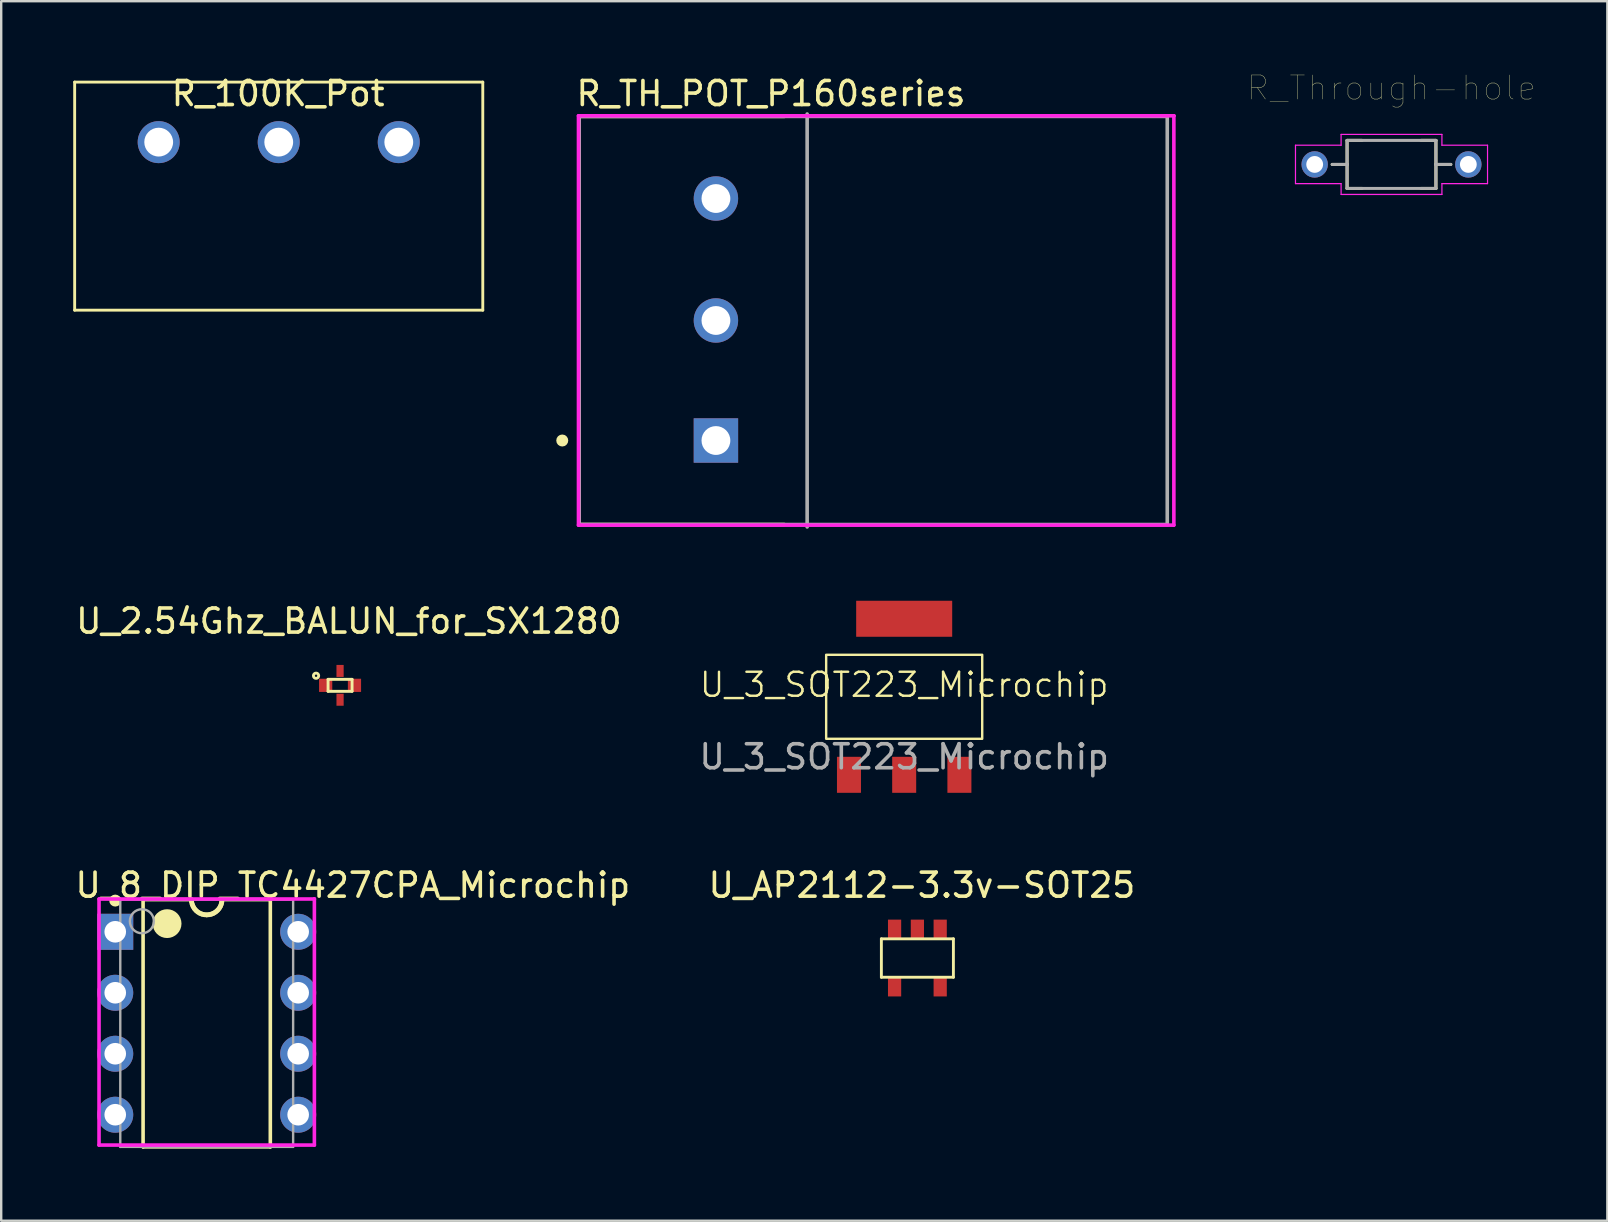
<source format=kicad_pcb>
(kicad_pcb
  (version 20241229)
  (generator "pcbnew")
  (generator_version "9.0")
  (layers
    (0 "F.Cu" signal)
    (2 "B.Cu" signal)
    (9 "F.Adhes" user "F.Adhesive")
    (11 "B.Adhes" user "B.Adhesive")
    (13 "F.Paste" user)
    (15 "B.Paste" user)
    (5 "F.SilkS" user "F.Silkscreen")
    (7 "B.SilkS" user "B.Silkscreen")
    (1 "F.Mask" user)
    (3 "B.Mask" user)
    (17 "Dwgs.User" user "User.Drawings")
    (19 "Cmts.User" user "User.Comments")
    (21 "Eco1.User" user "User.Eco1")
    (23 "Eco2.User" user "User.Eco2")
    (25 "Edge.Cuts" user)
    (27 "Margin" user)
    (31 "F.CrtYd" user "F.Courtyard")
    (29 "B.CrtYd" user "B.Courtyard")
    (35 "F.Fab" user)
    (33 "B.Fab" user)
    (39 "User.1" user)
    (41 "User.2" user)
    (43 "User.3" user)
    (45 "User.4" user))
  (footprint "U_3_SOT223_Microchip"
    (layer "F.Cu")
    (at 34.613 25.974)
    (property "Reference" "U_3_SOT223_Microchip" (at 0 -0.5 0) (unlocked yes) (layer "F.SilkS") (effects (font (size 1 1) (thickness 0.1))))
    (attr smd)
    (fp_rect (start -3.25 -1.75) (end 3.25 1.75) (stroke (width 0.1) (type default)) (fill no) (layer "F.SilkS"))
    (fp_text user "${REFERENCE}" (at 0 2.5 0) (unlocked yes) (layer "F.Fab") (effects (font (size 1 1) (thickness 0.15))))
    (pad "1" smd rect (at -2.3 3.25) (size 1 1.5) (layers "F.Cu" "F.Mask" "F.Paste"))
    (pad "2" smd rect (at 0 3.25) (size 1 1.5) (layers "F.Cu" "F.Mask" "F.Paste"))
    (pad "3" smd rect (at 2.3 3.25) (size 1 1.5) (layers "F.Cu" "F.Mask" "F.Paste"))
    (pad "4" smd rect (at 0 -3.25) (size 4 1.5) (layers "F.Cu" "F.Mask" "F.Paste")))
  (footprint "R_Through-hole"
    (layer "F.Cu")
    (at 54.912 3.799)
    (property "Reference" "R_Through-hole" (at 0 -3.186 0) (layer "F.SilkS") (effects (font (size 1.003 1.003) (thickness 0.015))))
    (attr through_hole)
    (fp_line (start -2.47 0) (end -1.85 0) (stroke (width 0.127) (type solid)) (layer "F.SilkS"))
    (fp_line (start -1.85 -1) (end -1.23 -1) (stroke (width 0.127) (type solid)) (layer "F.SilkS"))
    (fp_line (start -1.85 0) (end -1.85 -1) (stroke (width 0.127) (type solid)) (layer "F.SilkS"))
    (fp_line (start -1.85 0) (end -1.85 1) (stroke (width 0.127) (type solid)) (layer "F.SilkS"))
    (fp_line (start -1.85 1) (end -1.23 1) (stroke (width 0.127) (type solid)) (layer "F.SilkS"))
    (fp_line (start 1.85 -1) (end 1.23 -1) (stroke (width 0.127) (type solid)) (layer "F.SilkS"))
    (fp_line (start 1.85 0) (end 1.85 -1) (stroke (width 0.127) (type solid)) (layer "F.SilkS"))
    (fp_line (start 1.85 0) (end 1.85 1) (stroke (width 0.127) (type solid)) (layer "F.SilkS"))
    (fp_line (start 1.85 1) (end 1.23 1) (stroke (width 0.127) (type solid)) (layer "F.SilkS"))
    (fp_line (start 2.47 0) (end 1.85 0) (stroke (width 0.127) (type solid)) (layer "F.SilkS"))
    (fp_line (start -4 -0.8) (end -2.1 -0.8) (stroke (width 0.05) (type solid)) (layer "F.CrtYd"))
    (fp_line (start -4 0.8) (end -4 -0.8) (stroke (width 0.05) (type solid)) (layer "F.CrtYd"))
    (fp_line (start -2.1 -1.25) (end 2.1 -1.25) (stroke (width 0.05) (type solid)) (layer "F.CrtYd"))
    (fp_line (start -2.1 -0.8) (end -2.1 -1.25) (stroke (width 0.05) (type solid)) (layer "F.CrtYd"))
    (fp_line (start -2.1 0.8) (end -4 0.8) (stroke (width 0.05) (type solid)) (layer "F.CrtYd"))
    (fp_line (start -2.1 1.25) (end -2.1 0.8) (stroke (width 0.05) (type solid)) (layer "F.CrtYd"))
    (fp_line (start 2.1 -1.25) (end 2.1 -0.8) (stroke (width 0.05) (type solid)) (layer "F.CrtYd"))
    (fp_line (start 2.1 -0.8) (end 4 -0.8) (stroke (width 0.05) (type solid)) (layer "F.CrtYd"))
    (fp_line (start 2.1 0.8) (end 2.1 1.25) (stroke (width 0.05) (type solid)) (layer "F.CrtYd"))
    (fp_line (start 2.1 1.25) (end -2.1 1.25) (stroke (width 0.05) (type solid)) (layer "F.CrtYd"))
    (fp_line (start 4 -0.8) (end 4 0.8) (stroke (width 0.05) (type solid)) (layer "F.CrtYd"))
    (fp_line (start 4 0.8) (end 2.1 0.8) (stroke (width 0.05) (type solid)) (layer "F.CrtYd"))
    (fp_line (start -2.47 0) (end -1.85 0) (stroke (width 0.127) (type solid)) (layer "F.Fab"))
    (fp_line (start -1.85 -1) (end 1.85 -1) (stroke (width 0.127) (type solid)) (layer "F.Fab"))
    (fp_line (start -1.85 0) (end -1.85 -1) (stroke (width 0.127) (type solid)) (layer "F.Fab"))
    (fp_line (start -1.85 0) (end -1.85 1) (stroke (width 0.127) (type solid)) (layer "F.Fab"))
    (fp_line (start -1.85 1) (end 1.85 1) (stroke (width 0.127) (type solid)) (layer "F.Fab"))
    (fp_line (start 1.85 0) (end 1.85 -1) (stroke (width 0.127) (type solid)) (layer "F.Fab"))
    (fp_line (start 1.85 0) (end 1.85 1) (stroke (width 0.127) (type solid)) (layer "F.Fab"))
    (fp_line (start 2.47 0) (end 1.85 0) (stroke (width 0.127) (type solid)) (layer "F.Fab"))
    (pad "1" thru_hole circle (at -3.2 0) (size 1.1 1.1) (drill 0.7) (layers "*.Cu" "*.Mask"))
    (pad "2" thru_hole circle (at 3.2 0) (size 1.1 1.1) (drill 0.7) (layers "*.Cu" "*.Mask")))
  (footprint "U_AP2112-3.3v-SOT25"
    (layer "F.Cu")
    (at 35.163 36.856)
    (property "Reference" "U_AP2112-3.3v-SOT25" (at 0.188 -3.033 0) (layer "F.SilkS") (effects (font (size 1 1) (thickness 0.15))))
    (attr through_hole)
    (fp_line (start -1.5 0.8) (end -1.5 -0.8) (stroke (width 0.12) (type solid)) (layer "F.SilkS"))
    (fp_line (start -1.5 0.8) (end 1.5 0.8) (stroke (width 0.12) (type solid)) (layer "F.SilkS"))
    (fp_line (start 1.5 -0.8) (end -1.5 -0.8) (stroke (width 0.12) (type solid)) (layer "F.SilkS"))
    (fp_line (start 1.5 -0.8) (end 1.5 0.8) (stroke (width 0.12) (type solid)) (layer "F.SilkS"))
    (pad "1" smd rect (at 0.95 -1.2) (size 0.55 0.8) (layers "F.Cu" "F.Mask" "F.Paste"))
    (pad "2" smd rect (at 0 -1.2) (size 0.55 0.8) (layers "F.Cu" "F.Mask" "F.Paste"))
    (pad "3" smd rect (at -0.95 -1.2) (size 0.55 0.8) (layers "F.Cu" "F.Mask" "F.Paste"))
    (pad "4" smd rect (at -0.95 1.2) (size 0.55 0.8) (layers "F.Cu" "F.Mask" "F.Paste"))
    (pad "5" smd rect (at 0.95 1.2 180) (size 0.55 0.8) (layers "F.Cu" "F.Mask" "F.Paste")))
  (footprint "U_8_DIP_TC4427CPA_Microchip"
    (layer "F.Cu")
    (at 5.56 39.573)
    (property "Reference" "U_8_DIP_TC4427CPA_Microchip" (at -5.56 -5.75 0) (layer "F.SilkS") (effects (font (size 1 1) (thickness 0.15)) (justify left)))
    (attr through_hole)
    (fp_line (start -2.65 -5.15) (end -0.635 -5.15) (stroke (width 0.15) (type solid)) (layer "F.SilkS"))
    (fp_line (start -2.65 5.15) (end -2.65 -5.15) (stroke (width 0.15) (type solid)) (layer "F.SilkS"))
    (fp_line (start -2.65 5.15) (end 2.65 5.15) (stroke (width 0.15) (type solid)) (layer "F.SilkS"))
    (fp_line (start -0.635 -5.15) (end -0.627 -5.051) (stroke (width 0.2) (type solid)) (layer "F.SilkS"))
    (fp_line (start -0.627 -5.051) (end -0.604 -4.954) (stroke (width 0.2) (type solid)) (layer "F.SilkS"))
    (fp_line (start -0.604 -4.954) (end -0.566 -4.862) (stroke (width 0.2) (type solid)) (layer "F.SilkS"))
    (fp_line (start -0.566 -4.862) (end -0.514 -4.777) (stroke (width 0.2) (type solid)) (layer "F.SilkS"))
    (fp_line (start -0.514 -4.777) (end -0.449 -4.701) (stroke (width 0.2) (type solid)) (layer "F.SilkS"))
    (fp_line (start -0.449 -4.701) (end -0.373 -4.636) (stroke (width 0.2) (type solid)) (layer "F.SilkS"))
    (fp_line (start -0.373 -4.636) (end -0.288 -4.584) (stroke (width 0.2) (type solid)) (layer "F.SilkS"))
    (fp_line (start -0.288 -4.584) (end -0.196 -4.546) (stroke (width 0.2) (type solid)) (layer "F.SilkS"))
    (fp_line (start -0.196 -4.546) (end -0.099 -4.523) (stroke (width 0.2) (type solid)) (layer "F.SilkS"))
    (fp_line (start -0.099 -4.523) (end 0 -4.515) (stroke (width 0.2) (type solid)) (layer "F.SilkS"))
    (fp_line (start 0 -4.515) (end 0.099 -4.523) (stroke (width 0.2) (type solid)) (layer "F.SilkS"))
    (fp_line (start 0.099 -4.523) (end 0.196 -4.546) (stroke (width 0.2) (type solid)) (layer "F.SilkS"))
    (fp_line (start 0.196 -4.546) (end 0.288 -4.584) (stroke (width 0.2) (type solid)) (layer "F.SilkS"))
    (fp_line (start 0.288 -4.584) (end 0.373 -4.636) (stroke (width 0.2) (type solid)) (layer "F.SilkS"))
    (fp_line (start 0.373 -4.636) (end 0.449 -4.701) (stroke (width 0.2) (type solid)) (layer "F.SilkS"))
    (fp_line (start 0.449 -4.701) (end 0.514 -4.777) (stroke (width 0.2) (type solid)) (layer "F.SilkS"))
    (fp_line (start 0.514 -4.777) (end 0.566 -4.862) (stroke (width 0.2) (type solid)) (layer "F.SilkS"))
    (fp_line (start 0.566 -4.862) (end 0.604 -4.954) (stroke (width 0.2) (type solid)) (layer "F.SilkS"))
    (fp_line (start 0.604 -4.954) (end 0.627 -5.051) (stroke (width 0.2) (type solid)) (layer "F.SilkS"))
    (fp_line (start 0.627 -5.051) (end 0.635 -5.15) (stroke (width 0.2) (type solid)) (layer "F.SilkS"))
    (fp_line (start 0.635 -5.15) (end 2.65 -5.15) (stroke (width 0.15) (type solid)) (layer "F.SilkS"))
    (fp_line (start 2.65 5.15) (end 2.65 -5.15) (stroke (width 0.15) (type solid)) (layer "F.SilkS"))
    (fp_circle (center -3.81 -5.11) (end -3.685 -5.11) (stroke (width 0.25) (type solid)) (fill no) (layer "F.SilkS"))
    (fp_circle (center -1.65 -4.15) (end -1.35 -4.15) (stroke (width 0.6) (type solid)) (fill no) (layer "F.SilkS"))
    (fp_line (start -4.485 -5.175) (end -4.485 5.075) (stroke (width 0.15) (type solid)) (layer "F.CrtYd"))
    (fp_line (start -4.485 5.075) (end 4.485 5.075) (stroke (width 0.15) (type solid)) (layer "F.CrtYd"))
    (fp_line (start 4.485 -5.175) (end -4.485 -5.175) (stroke (width 0.15) (type solid)) (layer "F.CrtYd"))
    (fp_line (start 4.485 -5.175) (end 4.485 -5.175) (stroke (width 0.15) (type solid)) (layer "F.CrtYd"))
    (fp_line (start 4.485 5.075) (end 4.485 -5.175) (stroke (width 0.15) (type solid)) (layer "F.CrtYd"))
    (fp_line (start -3.6 -5.15) (end 3.6 -5.15) (stroke (width 0.1) (type solid)) (layer "F.Fab"))
    (fp_line (start -3.6 5.15) (end -3.6 -5.15) (stroke (width 0.1) (type solid)) (layer "F.Fab"))
    (fp_line (start -3.6 5.15) (end 3.6 5.15) (stroke (width 0.1) (type solid)) (layer "F.Fab"))
    (fp_line (start 3.6 5.15) (end 3.6 -5.15) (stroke (width 0.1) (type solid)) (layer "F.Fab"))
    (fp_circle (center -2.7 -4.25) (end -2.2 -4.25) (stroke (width 0.1) (type solid)) (fill no) (layer "F.Fab"))
    (pad "1" thru_hole rect (at -3.81 -3.81) (size 1.5 1.5) (drill 0.9) (layers "*.Cu" "*.Mask"))
    (pad "2" thru_hole circle (at -3.81 -1.27) (size 1.5 1.5) (drill 0.9) (layers "*.Cu" "*.Mask"))
    (pad "3" thru_hole circle (at -3.81 1.27) (size 1.5 1.5) (drill 0.9) (layers "*.Cu" "*.Mask"))
    (pad "4" thru_hole circle (at -3.81 3.81) (size 1.5 1.5) (drill 0.9) (layers "*.Cu" "*.Mask"))
    (pad "5" thru_hole circle (at 3.81 3.81) (size 1.5 1.5) (drill 0.9) (layers "*.Cu" "*.Mask"))
    (pad "6" thru_hole circle (at 3.81 1.27) (size 1.5 1.5) (drill 0.9) (layers "*.Cu" "*.Mask"))
    (pad "7" thru_hole circle (at 3.81 -1.27) (size 1.5 1.5) (drill 0.9) (layers "*.Cu" "*.Mask"))
    (pad "8" thru_hole circle (at 3.81 -3.81) (size 1.5 1.5) (drill 0.9) (layers "*.Cu" "*.Mask")))
  (footprint "R_100K_Pot"
    (layer "F.Cu")
    (at 8.56 2.87)
    (property "Reference" "R_100K_Pot" (at -0.025 -2.022 0) (layer "F.SilkS") (effects (font (size 1 1) (thickness 0.15))))
    (attr through_hole)
    (fp_line (start -8.5 -2.5) (end -8.5 7) (stroke (width 0.12) (type solid)) (layer "F.SilkS"))
    (fp_line (start -8.5 -2.5) (end 8.5 -2.5) (stroke (width 0.12) (type solid)) (layer "F.SilkS"))
    (fp_line (start 8.5 -2.5) (end 8.5 7) (stroke (width 0.12) (type solid)) (layer "F.SilkS"))
    (fp_line (start 8.5 7) (end -8.5 7) (stroke (width 0.12) (type solid)) (layer "F.SilkS"))
    (pad "1" thru_hole circle (at -5 0) (size 1.75 1.75) (drill 1.2) (layers "*.Cu" "*.Mask"))
    (pad "2" thru_hole circle (at 0 0) (size 1.75 1.75) (drill 1.2) (layers "*.Cu" "*.Mask"))
    (pad "3" thru_hole circle (at 5 0) (size 1.75 1.75) (drill 1.2) (layers "*.Cu" "*.Mask")))
  (footprint "R_TH_POT_P160series"
    (layer "F.Cu")
    (at 33.321 10.299)
    (property "Reference" "R_TH_POT_P160series" (at -12.451 -9.451 0) (layer "F.SilkS") (effects (font (size 1 1) (thickness 0.15)) (justify left)))
    (attr through_hole)
    (fp_line (start -12.25 -8.5) (end -12.25 8.5) (stroke (width 0.15) (type solid)) (layer "F.SilkS"))
    (fp_line (start -3.7 -8.5) (end -12.25 -8.5) (stroke (width 0.15) (type solid)) (layer "F.SilkS"))
    (fp_line (start -3.7 8.5) (end -12.25 8.5) (stroke (width 0.15) (type solid)) (layer "F.SilkS"))
    (fp_circle (center -12.951 5) (end -12.826 5) (stroke (width 0.25) (type solid)) (fill no) (layer "F.SilkS"))
    (fp_line (start -12.275 -8.525) (end -12.275 8.525) (stroke (width 0.15) (type solid)) (layer "F.CrtYd"))
    (fp_line (start -12.275 8.525) (end 12.525 8.525) (stroke (width 0.15) (type solid)) (layer "F.CrtYd"))
    (fp_line (start 12.525 -8.525) (end -12.275 -8.525) (stroke (width 0.15) (type solid)) (layer "F.CrtYd"))
    (fp_line (start 12.525 -8.525) (end 12.525 -8.525) (stroke (width 0.15) (type solid)) (layer "F.CrtYd"))
    (fp_line (start 12.525 8.525) (end 12.525 -8.525) (stroke (width 0.15) (type solid)) (layer "F.CrtYd"))
    (fp_line (start -12.25 -8.5) (end 12.25 -8.5) (stroke (width 0.15) (type solid)) (layer "F.Fab"))
    (fp_line (start -12.25 8.5) (end -12.25 -8.5) (stroke (width 0.15) (type solid)) (layer "F.Fab"))
    (fp_line (start -2.75 -8.6) (end -2.75 8.6) (stroke (width 0.15) (type solid)) (layer "F.Fab"))
    (fp_line (start 12.25 -8.5) (end 12.25 8.5) (stroke (width 0.15) (type solid)) (layer "F.Fab"))
    (fp_line (start 12.25 8.5) (end -12.25 8.5) (stroke (width 0.15) (type solid)) (layer "F.Fab"))
    (pad "1" thru_hole rect (at -6.55 5) (size 1.85 1.85) (drill 1.2) (layers "*.Cu" "*.Mask"))
    (pad "2" thru_hole circle (at -6.55 0) (size 1.85 1.85) (drill 1.2) (layers "*.Cu" "*.Mask"))
    (pad "3" thru_hole circle (at -6.55 -5.08) (size 1.85 1.85) (drill 1.2) (layers "*.Cu" "*.Mask")))
  (footprint "U_2.54Ghz_BALUN_for_SX1280"
    (layer "F.Cu")
    (at 11.115 25.497)
    (property "Reference" "U_2.54Ghz_BALUN_for_SX1280" (at 0.368 -2.675 0) (layer "F.SilkS") (effects (font (size 1 1) (thickness 0.15))))
    (attr through_hole)
    (fp_line (start -0.5 -0.25) (end -0.5 0.25) (stroke (width 0.12) (type solid)) (layer "F.SilkS"))
    (fp_line (start -0.5 -0.25) (end 0.5 -0.25) (stroke (width 0.12) (type solid)) (layer "F.SilkS"))
    (fp_line (start 0.5 -0.25) (end 0.5 0.25) (stroke (width 0.12) (type solid)) (layer "F.SilkS"))
    (fp_line (start 0.5 0.25) (end -0.5 0.25) (stroke (width 0.12) (type solid)) (layer "F.SilkS"))
    (fp_circle (center -1 -0.4) (end -1 -0.35) (stroke (width 0.12) (type solid)) (fill no) (layer "F.SilkS"))
    (pad "1" smd rect (at -0.6 0 180) (size 0.55 0.55) (layers "F.Cu" "F.Mask" "F.Paste"))
    (pad "2" smd rect (at 0 -0.6 90) (size 0.5 0.3) (layers "F.Cu" "F.Mask" "F.Paste"))
    (pad "3" smd rect (at 0 0.6 270) (size 0.5 0.3) (layers "F.Cu" "F.Mask" "F.Paste"))
    (pad "3" smd rect (at 0.6 0) (size 0.55 0.55) (layers "F.Cu" "F.Mask" "F.Paste")))
  (gr_rect
    (start -3 -3)
    (end 63.903 47.798)
    (stroke (width 0.1) (type default))
    (fill no)
    (layer "Edge.Cuts")))
</source>
